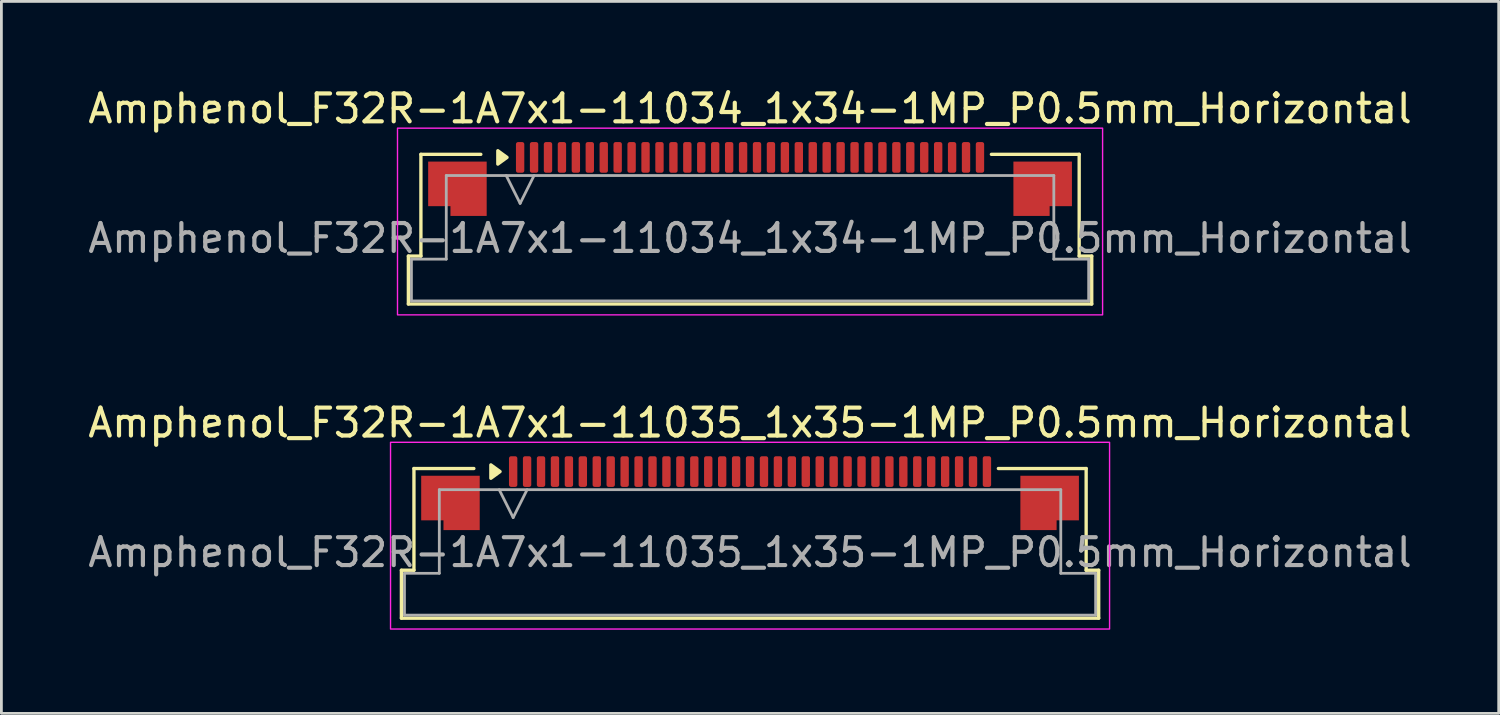
<source format=kicad_pcb>
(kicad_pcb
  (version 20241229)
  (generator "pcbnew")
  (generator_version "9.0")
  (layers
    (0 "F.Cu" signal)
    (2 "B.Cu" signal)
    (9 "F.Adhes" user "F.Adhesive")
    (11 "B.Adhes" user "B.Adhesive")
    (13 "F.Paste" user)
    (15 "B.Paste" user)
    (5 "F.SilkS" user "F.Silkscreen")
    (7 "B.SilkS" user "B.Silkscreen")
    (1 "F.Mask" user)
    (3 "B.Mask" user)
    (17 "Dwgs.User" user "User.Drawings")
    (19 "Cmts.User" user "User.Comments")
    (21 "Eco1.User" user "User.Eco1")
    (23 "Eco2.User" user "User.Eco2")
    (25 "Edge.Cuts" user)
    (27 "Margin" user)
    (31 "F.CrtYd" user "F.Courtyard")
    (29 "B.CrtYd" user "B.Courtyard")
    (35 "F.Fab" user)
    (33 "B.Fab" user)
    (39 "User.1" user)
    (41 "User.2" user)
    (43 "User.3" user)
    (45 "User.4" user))
  (footprint "Amphenol_F32R-1A7x1-11034_1x34-1MP_P0.5mm_Horizontal"
    (layer "F.Cu")
    (at 23.863 5.498)
    (property "Reference" "Amphenol_F32R-1A7x1-11034_1x34-1MP_P0.5mm_Horizontal" (at 0 -4.65 0) (layer "F.SilkS") (effects (font (size 1 1) (thickness 0.15))))
    (attr smd)
    (fp_line (start -12.26 0.64) (end -11.81 0.64) (stroke (width 0.12) (type solid)) (layer "F.SilkS"))
    (fp_line (start -12.26 2.36) (end -12.26 0.64) (stroke (width 0.12) (type solid)) (layer "F.SilkS"))
    (fp_line (start -11.81 -3.01) (end -9.66 -3.01) (stroke (width 0.12) (type solid)) (layer "F.SilkS"))
    (fp_line (start -11.81 0.64) (end -11.81 -3.01) (stroke (width 0.12) (type solid)) (layer "F.SilkS"))
    (fp_line (start 8.66 -3.01) (end 11.81 -3.01) (stroke (width 0.12) (type solid)) (layer "F.SilkS"))
    (fp_line (start 11.81 -3.01) (end 11.81 0.64) (stroke (width 0.12) (type solid)) (layer "F.SilkS"))
    (fp_line (start 11.81 0.64) (end 12.26 0.64) (stroke (width 0.12) (type solid)) (layer "F.SilkS"))
    (fp_line (start 12.26 0.64) (end 12.26 2.36) (stroke (width 0.12) (type solid)) (layer "F.SilkS"))
    (fp_line (start 12.26 2.36) (end -12.26 2.36) (stroke (width 0.12) (type solid)) (layer "F.SilkS"))
    (fp_poly (pts (xy -8.72 -2.9) (xy -9.05 -2.66) (xy -9.05 -3.14)) (stroke (width 0.12) (type solid)) (fill yes) (layer "F.SilkS"))
    (fp_rect (start -12.65 -3.95) (end 12.65 2.75) (stroke (width 0.05) (type solid)) (fill no) (layer "F.CrtYd"))
    (fp_line (start -12.15 0.75) (end -10.9 0.75) (stroke (width 0.1) (type solid)) (layer "F.Fab"))
    (fp_line (start -12.15 2.25) (end -12.15 0.75) (stroke (width 0.1) (type solid)) (layer "F.Fab"))
    (fp_line (start -10.9 -2.25) (end 10.9 -2.25) (stroke (width 0.1) (type solid)) (layer "F.Fab"))
    (fp_line (start -10.9 0.75) (end -10.9 -2.25) (stroke (width 0.1) (type solid)) (layer "F.Fab"))
    (fp_line (start -8.75 -2.25) (end -8.25 -1.25) (stroke (width 0.1) (type solid)) (layer "F.Fab"))
    (fp_line (start -8.25 -1.25) (end -7.75 -2.25) (stroke (width 0.1) (type solid)) (layer "F.Fab"))
    (fp_line (start 10.9 -2.25) (end 10.9 0.75) (stroke (width 0.1) (type solid)) (layer "F.Fab"))
    (fp_line (start 10.9 0.75) (end 12.15 0.75) (stroke (width 0.1) (type solid)) (layer "F.Fab"))
    (fp_line (start 12.15 0.75) (end 12.15 2.25) (stroke (width 0.1) (type solid)) (layer "F.Fab"))
    (fp_line (start 12.15 2.25) (end -12.15 2.25) (stroke (width 0.1) (type solid)) (layer "F.Fab"))
    (fp_text user "${REFERENCE}" (at 0 0 0) (layer "F.Fab") (effects (font (size 1 1) (thickness 0.15))))
    (pad "1" smd roundrect (at -8.25 -2.9) (size 0.3 1.1) (layers "F.Cu" "F.Mask" "F.Paste") (roundrect_rratio 0.25))
    (pad "2" smd roundrect (at -7.75 -2.9) (size 0.3 1.1) (layers "F.Cu" "F.Mask" "F.Paste") (roundrect_rratio 0.25))
    (pad "3" smd roundrect (at -7.25 -2.9) (size 0.3 1.1) (layers "F.Cu" "F.Mask" "F.Paste") (roundrect_rratio 0.25))
    (pad "4" smd roundrect (at -6.75 -2.9) (size 0.3 1.1) (layers "F.Cu" "F.Mask" "F.Paste") (roundrect_rratio 0.25))
    (pad "5" smd roundrect (at -6.25 -2.9) (size 0.3 1.1) (layers "F.Cu" "F.Mask" "F.Paste") (roundrect_rratio 0.25))
    (pad "6" smd roundrect (at -5.75 -2.9) (size 0.3 1.1) (layers "F.Cu" "F.Mask" "F.Paste") (roundrect_rratio 0.25))
    (pad "7" smd roundrect (at -5.25 -2.9) (size 0.3 1.1) (layers "F.Cu" "F.Mask" "F.Paste") (roundrect_rratio 0.25))
    (pad "8" smd roundrect (at -4.75 -2.9) (size 0.3 1.1) (layers "F.Cu" "F.Mask" "F.Paste") (roundrect_rratio 0.25))
    (pad "9" smd roundrect (at -4.25 -2.9) (size 0.3 1.1) (layers "F.Cu" "F.Mask" "F.Paste") (roundrect_rratio 0.25))
    (pad "10" smd roundrect (at -3.75 -2.9) (size 0.3 1.1) (layers "F.Cu" "F.Mask" "F.Paste") (roundrect_rratio 0.25))
    (pad "11" smd roundrect (at -3.25 -2.9) (size 0.3 1.1) (layers "F.Cu" "F.Mask" "F.Paste") (roundrect_rratio 0.25))
    (pad "12" smd roundrect (at -2.75 -2.9) (size 0.3 1.1) (layers "F.Cu" "F.Mask" "F.Paste") (roundrect_rratio 0.25))
    (pad "13" smd roundrect (at -2.25 -2.9) (size 0.3 1.1) (layers "F.Cu" "F.Mask" "F.Paste") (roundrect_rratio 0.25))
    (pad "14" smd roundrect (at -1.75 -2.9) (size 0.3 1.1) (layers "F.Cu" "F.Mask" "F.Paste") (roundrect_rratio 0.25))
    (pad "15" smd roundrect (at -1.25 -2.9) (size 0.3 1.1) (layers "F.Cu" "F.Mask" "F.Paste") (roundrect_rratio 0.25))
    (pad "16" smd roundrect (at -0.75 -2.9) (size 0.3 1.1) (layers "F.Cu" "F.Mask" "F.Paste") (roundrect_rratio 0.25))
    (pad "17" smd roundrect (at -0.25 -2.9) (size 0.3 1.1) (layers "F.Cu" "F.Mask" "F.Paste") (roundrect_rratio 0.25))
    (pad "18" smd roundrect (at 0.25 -2.9) (size 0.3 1.1) (layers "F.Cu" "F.Mask" "F.Paste") (roundrect_rratio 0.25))
    (pad "19" smd roundrect (at 0.75 -2.9) (size 0.3 1.1) (layers "F.Cu" "F.Mask" "F.Paste") (roundrect_rratio 0.25))
    (pad "20" smd roundrect (at 1.25 -2.9) (size 0.3 1.1) (layers "F.Cu" "F.Mask" "F.Paste") (roundrect_rratio 0.25))
    (pad "21" smd roundrect (at 1.75 -2.9) (size 0.3 1.1) (layers "F.Cu" "F.Mask" "F.Paste") (roundrect_rratio 0.25))
    (pad "22" smd roundrect (at 2.25 -2.9) (size 0.3 1.1) (layers "F.Cu" "F.Mask" "F.Paste") (roundrect_rratio 0.25))
    (pad "23" smd roundrect (at 2.75 -2.9) (size 0.3 1.1) (layers "F.Cu" "F.Mask" "F.Paste") (roundrect_rratio 0.25))
    (pad "24" smd roundrect (at 3.25 -2.9) (size 0.3 1.1) (layers "F.Cu" "F.Mask" "F.Paste") (roundrect_rratio 0.25))
    (pad "25" smd roundrect (at 3.75 -2.9) (size 0.3 1.1) (layers "F.Cu" "F.Mask" "F.Paste") (roundrect_rratio 0.25))
    (pad "26" smd roundrect (at 4.25 -2.9) (size 0.3 1.1) (layers "F.Cu" "F.Mask" "F.Paste") (roundrect_rratio 0.25))
    (pad "27" smd roundrect (at 4.75 -2.9) (size 0.3 1.1) (layers "F.Cu" "F.Mask" "F.Paste") (roundrect_rratio 0.25))
    (pad "28" smd roundrect (at 5.25 -2.9) (size 0.3 1.1) (layers "F.Cu" "F.Mask" "F.Paste") (roundrect_rratio 0.25))
    (pad "29" smd roundrect (at 5.75 -2.9) (size 0.3 1.1) (layers "F.Cu" "F.Mask" "F.Paste") (roundrect_rratio 0.25))
    (pad "30" smd roundrect (at 6.25 -2.9) (size 0.3 1.1) (layers "F.Cu" "F.Mask" "F.Paste") (roundrect_rratio 0.25))
    (pad "31" smd roundrect (at 6.75 -2.9) (size 0.3 1.1) (layers "F.Cu" "F.Mask" "F.Paste") (roundrect_rratio 0.25))
    (pad "32" smd roundrect (at 7.25 -2.9) (size 0.3 1.1) (layers "F.Cu" "F.Mask" "F.Paste") (roundrect_rratio 0.25))
    (pad "33" smd roundrect (at 7.75 -2.9) (size 0.3 1.1) (layers "F.Cu" "F.Mask" "F.Paste") (roundrect_rratio 0.25))
    (pad "34" smd roundrect (at 8.25 -2.9) (size 0.3 1.1) (layers "F.Cu" "F.Mask" "F.Paste") (roundrect_rratio 0.25))
    (pad "MP" smd custom (at -10.5 -1.775) (size 1 1) (layers "F.Cu" "F.Mask" "F.Paste") (options (anchor circle)) (primitives (gr_poly (pts (xy 1.05 -0.975) (xy 1.05 0.975) (xy -0.25 0.975) (xy -0.25 0.625) (xy -1.05 0.625) (xy -1.05 -0.975)) (width 0) (fill yes))))
    (pad "MP" smd custom (at 10.5 -1.775) (size 1 1) (layers "F.Cu" "F.Mask" "F.Paste") (options (anchor circle)) (primitives (gr_poly (pts (xy -1.05 -0.975) (xy -1.05 0.975) (xy 0.25 0.975) (xy 0.25 0.625) (xy 1.05 0.625) (xy 1.05 -0.975)) (width 0) (fill yes)))))
  (footprint "Amphenol_F32R-1A7x1-11035_1x35-1MP_P0.5mm_Horizontal"
    (layer "F.Cu")
    (at 23.863 16.771)
    (property "Reference" "Amphenol_F32R-1A7x1-11035_1x35-1MP_P0.5mm_Horizontal" (at 0 -4.65 0) (layer "F.SilkS") (effects (font (size 1 1) (thickness 0.15))))
    (attr smd)
    (fp_line (start -12.51 0.64) (end -12.06 0.64) (stroke (width 0.12) (type solid)) (layer "F.SilkS"))
    (fp_line (start -12.51 2.36) (end -12.51 0.64) (stroke (width 0.12) (type solid)) (layer "F.SilkS"))
    (fp_line (start -12.06 -3.01) (end -9.91 -3.01) (stroke (width 0.12) (type solid)) (layer "F.SilkS"))
    (fp_line (start -12.06 0.64) (end -12.06 -3.01) (stroke (width 0.12) (type solid)) (layer "F.SilkS"))
    (fp_line (start 8.91 -3.01) (end 12.06 -3.01) (stroke (width 0.12) (type solid)) (layer "F.SilkS"))
    (fp_line (start 12.06 -3.01) (end 12.06 0.64) (stroke (width 0.12) (type solid)) (layer "F.SilkS"))
    (fp_line (start 12.06 0.64) (end 12.51 0.64) (stroke (width 0.12) (type solid)) (layer "F.SilkS"))
    (fp_line (start 12.51 0.64) (end 12.51 2.36) (stroke (width 0.12) (type solid)) (layer "F.SilkS"))
    (fp_line (start 12.51 2.36) (end -12.51 2.36) (stroke (width 0.12) (type solid)) (layer "F.SilkS"))
    (fp_poly (pts (xy -8.97 -2.9) (xy -9.3 -2.66) (xy -9.3 -3.14)) (stroke (width 0.12) (type solid)) (fill yes) (layer "F.SilkS"))
    (fp_rect (start -12.9 -3.95) (end 12.9 2.75) (stroke (width 0.05) (type solid)) (fill no) (layer "F.CrtYd"))
    (fp_line (start -12.4 0.75) (end -11.15 0.75) (stroke (width 0.1) (type solid)) (layer "F.Fab"))
    (fp_line (start -12.4 2.25) (end -12.4 0.75) (stroke (width 0.1) (type solid)) (layer "F.Fab"))
    (fp_line (start -11.15 -2.25) (end 11.15 -2.25) (stroke (width 0.1) (type solid)) (layer "F.Fab"))
    (fp_line (start -11.15 0.75) (end -11.15 -2.25) (stroke (width 0.1) (type solid)) (layer "F.Fab"))
    (fp_line (start -9 -2.25) (end -8.5 -1.25) (stroke (width 0.1) (type solid)) (layer "F.Fab"))
    (fp_line (start -8.5 -1.25) (end -8 -2.25) (stroke (width 0.1) (type solid)) (layer "F.Fab"))
    (fp_line (start 11.15 -2.25) (end 11.15 0.75) (stroke (width 0.1) (type solid)) (layer "F.Fab"))
    (fp_line (start 11.15 0.75) (end 12.4 0.75) (stroke (width 0.1) (type solid)) (layer "F.Fab"))
    (fp_line (start 12.4 0.75) (end 12.4 2.25) (stroke (width 0.1) (type solid)) (layer "F.Fab"))
    (fp_line (start 12.4 2.25) (end -12.4 2.25) (stroke (width 0.1) (type solid)) (layer "F.Fab"))
    (fp_text user "${REFERENCE}" (at 0 0 0) (layer "F.Fab") (effects (font (size 1 1) (thickness 0.15))))
    (pad "1" smd roundrect (at -8.5 -2.9) (size 0.3 1.1) (layers "F.Cu" "F.Mask" "F.Paste") (roundrect_rratio 0.25))
    (pad "2" smd roundrect (at -8 -2.9) (size 0.3 1.1) (layers "F.Cu" "F.Mask" "F.Paste") (roundrect_rratio 0.25))
    (pad "3" smd roundrect (at -7.5 -2.9) (size 0.3 1.1) (layers "F.Cu" "F.Mask" "F.Paste") (roundrect_rratio 0.25))
    (pad "4" smd roundrect (at -7 -2.9) (size 0.3 1.1) (layers "F.Cu" "F.Mask" "F.Paste") (roundrect_rratio 0.25))
    (pad "5" smd roundrect (at -6.5 -2.9) (size 0.3 1.1) (layers "F.Cu" "F.Mask" "F.Paste") (roundrect_rratio 0.25))
    (pad "6" smd roundrect (at -6 -2.9) (size 0.3 1.1) (layers "F.Cu" "F.Mask" "F.Paste") (roundrect_rratio 0.25))
    (pad "7" smd roundrect (at -5.5 -2.9) (size 0.3 1.1) (layers "F.Cu" "F.Mask" "F.Paste") (roundrect_rratio 0.25))
    (pad "8" smd roundrect (at -5 -2.9) (size 0.3 1.1) (layers "F.Cu" "F.Mask" "F.Paste") (roundrect_rratio 0.25))
    (pad "9" smd roundrect (at -4.5 -2.9) (size 0.3 1.1) (layers "F.Cu" "F.Mask" "F.Paste") (roundrect_rratio 0.25))
    (pad "10" smd roundrect (at -4 -2.9) (size 0.3 1.1) (layers "F.Cu" "F.Mask" "F.Paste") (roundrect_rratio 0.25))
    (pad "11" smd roundrect (at -3.5 -2.9) (size 0.3 1.1) (layers "F.Cu" "F.Mask" "F.Paste") (roundrect_rratio 0.25))
    (pad "12" smd roundrect (at -3 -2.9) (size 0.3 1.1) (layers "F.Cu" "F.Mask" "F.Paste") (roundrect_rratio 0.25))
    (pad "13" smd roundrect (at -2.5 -2.9) (size 0.3 1.1) (layers "F.Cu" "F.Mask" "F.Paste") (roundrect_rratio 0.25))
    (pad "14" smd roundrect (at -2 -2.9) (size 0.3 1.1) (layers "F.Cu" "F.Mask" "F.Paste") (roundrect_rratio 0.25))
    (pad "15" smd roundrect (at -1.5 -2.9) (size 0.3 1.1) (layers "F.Cu" "F.Mask" "F.Paste") (roundrect_rratio 0.25))
    (pad "16" smd roundrect (at -1 -2.9) (size 0.3 1.1) (layers "F.Cu" "F.Mask" "F.Paste") (roundrect_rratio 0.25))
    (pad "17" smd roundrect (at -0.5 -2.9) (size 0.3 1.1) (layers "F.Cu" "F.Mask" "F.Paste") (roundrect_rratio 0.25))
    (pad "18" smd roundrect (at 0 -2.9) (size 0.3 1.1) (layers "F.Cu" "F.Mask" "F.Paste") (roundrect_rratio 0.25))
    (pad "19" smd roundrect (at 0.5 -2.9) (size 0.3 1.1) (layers "F.Cu" "F.Mask" "F.Paste") (roundrect_rratio 0.25))
    (pad "20" smd roundrect (at 1 -2.9) (size 0.3 1.1) (layers "F.Cu" "F.Mask" "F.Paste") (roundrect_rratio 0.25))
    (pad "21" smd roundrect (at 1.5 -2.9) (size 0.3 1.1) (layers "F.Cu" "F.Mask" "F.Paste") (roundrect_rratio 0.25))
    (pad "22" smd roundrect (at 2 -2.9) (size 0.3 1.1) (layers "F.Cu" "F.Mask" "F.Paste") (roundrect_rratio 0.25))
    (pad "23" smd roundrect (at 2.5 -2.9) (size 0.3 1.1) (layers "F.Cu" "F.Mask" "F.Paste") (roundrect_rratio 0.25))
    (pad "24" smd roundrect (at 3 -2.9) (size 0.3 1.1) (layers "F.Cu" "F.Mask" "F.Paste") (roundrect_rratio 0.25))
    (pad "25" smd roundrect (at 3.5 -2.9) (size 0.3 1.1) (layers "F.Cu" "F.Mask" "F.Paste") (roundrect_rratio 0.25))
    (pad "26" smd roundrect (at 4 -2.9) (size 0.3 1.1) (layers "F.Cu" "F.Mask" "F.Paste") (roundrect_rratio 0.25))
    (pad "27" smd roundrect (at 4.5 -2.9) (size 0.3 1.1) (layers "F.Cu" "F.Mask" "F.Paste") (roundrect_rratio 0.25))
    (pad "28" smd roundrect (at 5 -2.9) (size 0.3 1.1) (layers "F.Cu" "F.Mask" "F.Paste") (roundrect_rratio 0.25))
    (pad "29" smd roundrect (at 5.5 -2.9) (size 0.3 1.1) (layers "F.Cu" "F.Mask" "F.Paste") (roundrect_rratio 0.25))
    (pad "30" smd roundrect (at 6 -2.9) (size 0.3 1.1) (layers "F.Cu" "F.Mask" "F.Paste") (roundrect_rratio 0.25))
    (pad "31" smd roundrect (at 6.5 -2.9) (size 0.3 1.1) (layers "F.Cu" "F.Mask" "F.Paste") (roundrect_rratio 0.25))
    (pad "32" smd roundrect (at 7 -2.9) (size 0.3 1.1) (layers "F.Cu" "F.Mask" "F.Paste") (roundrect_rratio 0.25))
    (pad "33" smd roundrect (at 7.5 -2.9) (size 0.3 1.1) (layers "F.Cu" "F.Mask" "F.Paste") (roundrect_rratio 0.25))
    (pad "34" smd roundrect (at 8 -2.9) (size 0.3 1.1) (layers "F.Cu" "F.Mask" "F.Paste") (roundrect_rratio 0.25))
    (pad "35" smd roundrect (at 8.5 -2.9) (size 0.3 1.1) (layers "F.Cu" "F.Mask" "F.Paste") (roundrect_rratio 0.25))
    (pad "MP" smd custom (at -10.75 -1.775) (size 1 1) (layers "F.Cu" "F.Mask" "F.Paste") (options (anchor circle)) (primitives (gr_poly (pts (xy 1.05 -0.975) (xy 1.05 0.975) (xy -0.25 0.975) (xy -0.25 0.625) (xy -1.05 0.625) (xy -1.05 -0.975)) (width 0) (fill yes))))
    (pad "MP" smd custom (at 10.75 -1.775) (size 1 1) (layers "F.Cu" "F.Mask" "F.Paste") (options (anchor circle)) (primitives (gr_poly (pts (xy -1.05 -0.975) (xy -1.05 0.975) (xy 0.25 0.975) (xy 0.25 0.625) (xy 1.05 0.625) (xy 1.05 -0.975)) (width 0) (fill yes)))))
  (gr_rect
    (start -3 -3)
    (end 50.726 22.547)
    (stroke (width 0.1) (type default))
    (fill no)
    (layer "Edge.Cuts")))
</source>
